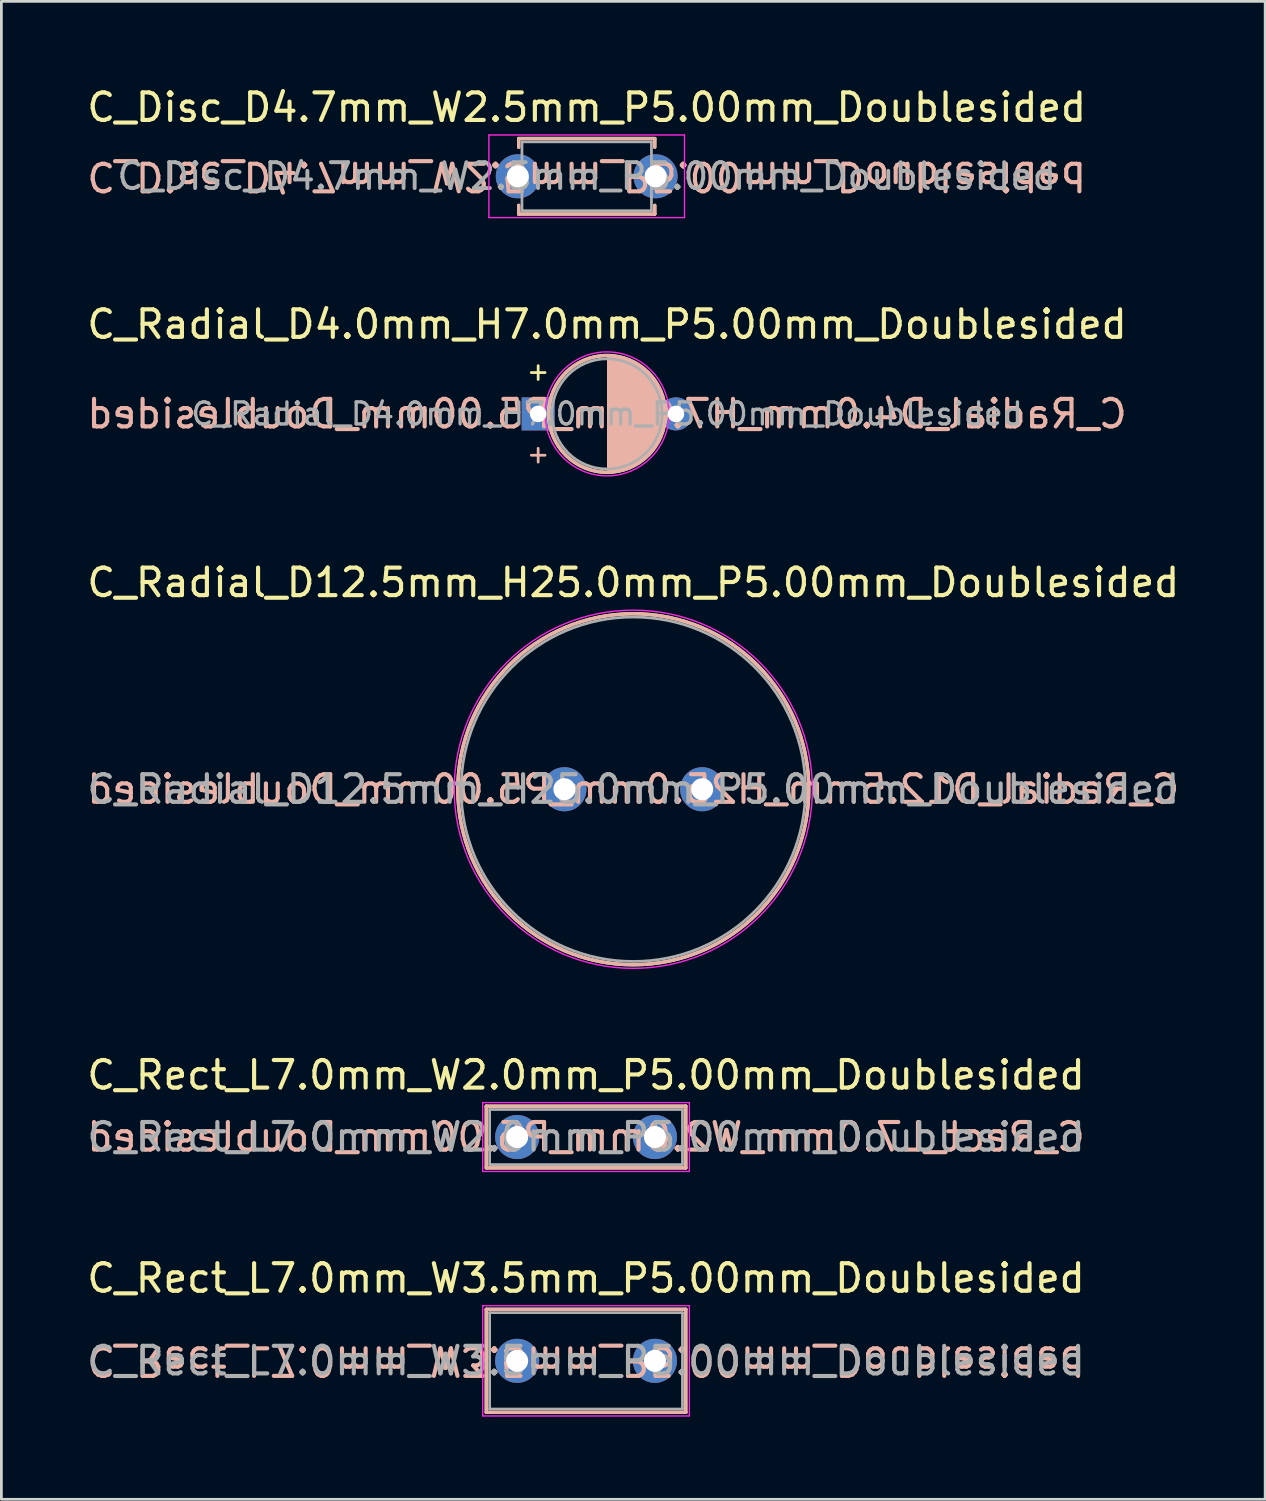
<source format=kicad_pcb>
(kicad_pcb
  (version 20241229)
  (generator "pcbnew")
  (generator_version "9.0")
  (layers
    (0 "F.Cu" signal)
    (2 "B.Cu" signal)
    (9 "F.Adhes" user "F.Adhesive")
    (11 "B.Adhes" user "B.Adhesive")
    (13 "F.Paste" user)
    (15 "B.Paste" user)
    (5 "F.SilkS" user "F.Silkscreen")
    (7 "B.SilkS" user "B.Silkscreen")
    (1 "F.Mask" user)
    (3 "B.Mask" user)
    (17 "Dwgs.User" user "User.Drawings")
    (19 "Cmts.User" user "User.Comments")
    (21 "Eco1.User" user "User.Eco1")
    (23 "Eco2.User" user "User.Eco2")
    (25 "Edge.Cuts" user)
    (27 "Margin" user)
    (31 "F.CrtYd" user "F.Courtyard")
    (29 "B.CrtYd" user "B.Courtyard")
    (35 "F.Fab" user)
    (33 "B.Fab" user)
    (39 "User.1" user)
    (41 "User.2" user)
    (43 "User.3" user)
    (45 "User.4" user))
  (footprint "C_Rect_L7.0mm_W2.0mm_P5.00mm_Doublesided"
    (layer "F.Cu")
    (at 15.72 38.218)
    (property "Reference" "C_Rect_L7.0mm_W2.0mm_P5.00mm_Doublesided" (at 2.5 -2.25 0) (layer "F.SilkS") (effects (font (size 1 1) (thickness 0.15))))
    (attr through_hole)
    (fp_line (start -1.12 -1.12) (end -1.12 1.12) (stroke (width 0.12) (type solid)) (layer "F.SilkS"))
    (fp_line (start -1.12 -1.12) (end 6.12 -1.12) (stroke (width 0.12) (type solid)) (layer "F.SilkS"))
    (fp_line (start -1.12 1.12) (end 6.12 1.12) (stroke (width 0.12) (type solid)) (layer "F.SilkS"))
    (fp_line (start 6.12 -1.12) (end 6.12 1.12) (stroke (width 0.12) (type solid)) (layer "F.SilkS"))
    (fp_line (start -1.12 -1.12) (end -1.12 1.12) (stroke (width 0.12) (type solid)) (layer "B.SilkS"))
    (fp_line (start 6.12 -1.12) (end -1.12 -1.12) (stroke (width 0.12) (type solid)) (layer "B.SilkS"))
    (fp_line (start 6.12 -1.12) (end 6.12 1.12) (stroke (width 0.12) (type solid)) (layer "B.SilkS"))
    (fp_line (start 6.12 1.12) (end -1.12 1.12) (stroke (width 0.12) (type solid)) (layer "B.SilkS"))
    (fp_line (start -1.25 -1.25) (end -1.25 1.25) (stroke (width 0.05) (type solid)) (layer "F.CrtYd"))
    (fp_line (start -1.25 1.25) (end 6.25 1.25) (stroke (width 0.05) (type solid)) (layer "F.CrtYd"))
    (fp_line (start 6.25 -1.25) (end -1.25 -1.25) (stroke (width 0.05) (type solid)) (layer "F.CrtYd"))
    (fp_line (start 6.25 1.25) (end 6.25 -1.25) (stroke (width 0.05) (type solid)) (layer "F.CrtYd"))
    (fp_line (start -1 -1) (end -1 1) (stroke (width 0.1) (type solid)) (layer "F.Fab"))
    (fp_line (start -1 1) (end 6 1) (stroke (width 0.1) (type solid)) (layer "F.Fab"))
    (fp_line (start 6 -1) (end -1 -1) (stroke (width 0.1) (type solid)) (layer "F.Fab"))
    (fp_line (start 6 1) (end 6 -1) (stroke (width 0.1) (type solid)) (layer "F.Fab"))
    (fp_text user "${REFERENCE}" (at 2.5 0 0) (unlocked yes) (layer "B.SilkS") (effects (font (size 1 1) (thickness 0.15)) (justify mirror)))
    (fp_text user "${REFERENCE}" (at 2.5 0 0) (layer "F.Fab") (effects (font (size 1 1) (thickness 0.15))))
    (pad "1" thru_hole circle (at 0 0) (size 1.6 1.6) (drill 0.8) (layers "*.Cu" "*.Mask"))
    (pad "2" thru_hole circle (at 5 0) (size 1.6 1.6) (drill 0.8) (layers "*.Cu" "*.Mask")))
  (footprint "C_Disc_D4.7mm_W2.5mm_P5.00mm_Doublesided"
    (layer "F.Cu")
    (at 15.744 3.348)
    (property "Reference" "C_Disc_D4.7mm_W2.5mm_P5.00mm_Doublesided" (at 2.5 -2.5 0) (layer "F.SilkS") (effects (font (size 1 1) (thickness 0.15))))
    (attr through_hole)
    (fp_line (start 0.03 -1.37) (end 0.03 -1.055) (stroke (width 0.12) (type solid)) (layer "F.SilkS"))
    (fp_line (start 0.03 -1.37) (end 4.97 -1.37) (stroke (width 0.12) (type solid)) (layer "F.SilkS"))
    (fp_line (start 0.03 1.055) (end 0.03 1.37) (stroke (width 0.12) (type solid)) (layer "F.SilkS"))
    (fp_line (start 0.03 1.37) (end 4.97 1.37) (stroke (width 0.12) (type solid)) (layer "F.SilkS"))
    (fp_line (start 4.97 -1.37) (end 4.97 -1.055) (stroke (width 0.12) (type solid)) (layer "F.SilkS"))
    (fp_line (start 4.97 1.055) (end 4.97 1.37) (stroke (width 0.12) (type solid)) (layer "F.SilkS"))
    (fp_line (start 0.03 -1.37) (end 4.97 -1.37) (stroke (width 0.12) (type solid)) (layer "B.SilkS"))
    (fp_line (start 0.03 -1.055) (end 0.03 -1.37) (stroke (width 0.12) (type solid)) (layer "B.SilkS"))
    (fp_line (start 0.03 1.37) (end 0.03 1.055) (stroke (width 0.12) (type solid)) (layer "B.SilkS"))
    (fp_line (start 0.03 1.37) (end 4.97 1.37) (stroke (width 0.12) (type solid)) (layer "B.SilkS"))
    (fp_line (start 4.97 -1.055) (end 4.97 -1.37) (stroke (width 0.12) (type solid)) (layer "B.SilkS"))
    (fp_line (start 4.97 1.37) (end 4.97 1.055) (stroke (width 0.12) (type solid)) (layer "B.SilkS"))
    (fp_line (start -1.05 -1.5) (end -1.05 1.5) (stroke (width 0.05) (type solid)) (layer "F.CrtYd"))
    (fp_line (start -1.05 1.5) (end 6.05 1.5) (stroke (width 0.05) (type solid)) (layer "F.CrtYd"))
    (fp_line (start 6.05 -1.5) (end -1.05 -1.5) (stroke (width 0.05) (type solid)) (layer "F.CrtYd"))
    (fp_line (start 6.05 1.5) (end 6.05 -1.5) (stroke (width 0.05) (type solid)) (layer "F.CrtYd"))
    (fp_line (start 0.15 -1.25) (end 0.15 1.25) (stroke (width 0.1) (type solid)) (layer "F.Fab"))
    (fp_line (start 0.15 1.25) (end 4.85 1.25) (stroke (width 0.1) (type solid)) (layer "F.Fab"))
    (fp_line (start 4.85 -1.25) (end 0.15 -1.25) (stroke (width 0.1) (type solid)) (layer "F.Fab"))
    (fp_line (start 4.85 1.25) (end 4.85 -1.25) (stroke (width 0.1) (type solid)) (layer "F.Fab"))
    (fp_text user "${REFERENCE}" (at 2.5 0 180) (unlocked yes) (layer "B.SilkS") (effects (font (size 1 1) (thickness 0.15)) (justify mirror)))
    (fp_text user "${REFERENCE}" (at 2.5 0 0) (layer "F.Fab") (effects (font (size 0.94 0.94) (thickness 0.141))))
    (pad "1" thru_hole circle (at 0 0) (size 1.6 1.6) (drill 0.8) (layers "*.Cu" "*.Mask"))
    (pad "2" thru_hole circle (at 5 0) (size 1.6 1.6) (drill 0.8) (layers "*.Cu" "*.Mask")))
  (footprint "C_Radial_D4.0mm_H7.0mm_P5.00mm_Doublesided"
    (layer "F.Cu")
    (at 18.232 11.972)
    (property "Reference" "C_Radial_D4.0mm_H7.0mm_P5.00mm_Doublesided" (at 0.75 -3.25 0) (layer "F.SilkS") (effects (font (size 1 1) (thickness 0.15))))
    (attr through_hole)
    (fp_line (start -2 -1.5) (end -1.5 -1.5) (stroke (width 0.1) (type default)) (layer "F.SilkS"))
    (fp_line (start -1.75 -1.75) (end -1.75 -1.25) (stroke (width 0.1) (type default)) (layer "F.SilkS"))
    (fp_circle (center 0.75 0) (end 2.87 0) (stroke (width 0.12) (type solid)) (fill no) (layer "F.SilkS"))
    (fp_poly (pts (arc (start 0.75 -2.12) (mid 2.87 0) (end 0.75 2.12))) (stroke (width 0) (type solid)) (fill yes) (layer "F.SilkS"))
    (fp_line (start -2 1.5) (end -1.5 1.5) (stroke (width 0.1) (type default)) (layer "B.SilkS"))
    (fp_line (start -1.75 1.75) (end -1.75 1.25) (stroke (width 0.1) (type default)) (layer "B.SilkS"))
    (fp_circle (center 0.75 0) (end 2.87 0) (stroke (width 0.12) (type solid)) (fill no) (layer "B.SilkS"))
    (fp_poly (pts (arc (start 0.75 2.12) (mid 2.87 0) (end 0.75 -2.12))) (stroke (width 0) (type solid)) (fill yes) (layer "B.SilkS"))
    (fp_circle (center 0.75 0) (end 3 0) (stroke (width 0.05) (type solid)) (fill no) (layer "F.CrtYd"))
    (fp_circle (center 0.75 0) (end 2.75 0) (stroke (width 0.1) (type solid)) (fill no) (layer "F.Fab"))
    (fp_text user "${REFERENCE}" (at 0.75 0 0) (unlocked yes) (layer "B.SilkS") (effects (font (size 1 1) (thickness 0.15)) (justify mirror)))
    (fp_text user "${REFERENCE}" (at 0.75 0 0) (layer "F.Fab") (effects (font (size 0.8 0.8) (thickness 0.12))))
    (pad "1" thru_hole rect (at -1.75 0) (size 1.2 1.2) (drill 0.6) (layers "*.Cu" "*.Mask"))
    (pad "2" thru_hole circle (at 3.25 0) (size 1.2 1.2) (drill 0.6) (layers "*.Cu" "*.Mask")))
  (footprint "C_Radial_D12.5mm_H25.0mm_P5.00mm_Doublesided"
    (layer "F.Cu")
    (at 17.435 25.595)
    (property "Reference" "C_Radial_D12.5mm_H25.0mm_P5.00mm_Doublesided" (at 2.5 -7.5 0) (layer "F.SilkS") (effects (font (size 1 1) (thickness 0.15))))
    (attr through_hole)
    (fp_circle (center 2.5 0) (end 8.87 0) (stroke (width 0.12) (type solid)) (fill no) (layer "F.SilkS"))
    (fp_circle (center 2.5 0) (end -3.87 0) (stroke (width 0.12) (type solid)) (fill no) (layer "B.SilkS"))
    (fp_circle (center 2.5 0) (end 9 0) (stroke (width 0.05) (type solid)) (fill no) (layer "F.CrtYd"))
    (fp_circle (center 2.5 0) (end 8.75 0) (stroke (width 0.1) (type solid)) (fill no) (layer "F.Fab"))
    (fp_text user "${REFERENCE}" (at 2.5 0 0) (unlocked yes) (layer "B.SilkS") (effects (font (size 1 1) (thickness 0.15)) (justify mirror)))
    (fp_text user "${REFERENCE}" (at 2.5 0 0) (layer "F.Fab") (effects (font (size 1 1) (thickness 0.15))))
    (pad "1" thru_hole circle (at 0 0) (size 1.6 1.6) (drill 0.8) (layers "*.Cu" "*.Mask"))
    (pad "2" thru_hole circle (at 5 0) (size 1.6 1.6) (drill 0.8) (layers "*.Cu" "*.Mask")))
  (footprint "C_Rect_L7.0mm_W3.5mm_P5.00mm_Doublesided"
    (layer "F.Cu")
    (at 15.72 46.341)
    (property "Reference" "C_Rect_L7.0mm_W3.5mm_P5.00mm_Doublesided" (at 2.5 -3 0) (layer "F.SilkS") (effects (font (size 1 1) (thickness 0.15))))
    (attr through_hole)
    (fp_line (start -1.12 -1.87) (end -1.12 1.87) (stroke (width 0.12) (type solid)) (layer "F.SilkS"))
    (fp_line (start -1.12 -1.87) (end 6.12 -1.87) (stroke (width 0.12) (type solid)) (layer "F.SilkS"))
    (fp_line (start -1.12 1.87) (end 6.12 1.87) (stroke (width 0.12) (type solid)) (layer "F.SilkS"))
    (fp_line (start 6.12 -1.87) (end 6.12 1.87) (stroke (width 0.12) (type solid)) (layer "F.SilkS"))
    (fp_line (start -1.12 -1.87) (end 6.12 -1.87) (stroke (width 0.12) (type solid)) (layer "B.SilkS"))
    (fp_line (start -1.12 1.87) (end -1.12 -1.87) (stroke (width 0.12) (type solid)) (layer "B.SilkS"))
    (fp_line (start -1.12 1.87) (end 6.12 1.87) (stroke (width 0.12) (type solid)) (layer "B.SilkS"))
    (fp_line (start 6.12 1.87) (end 6.12 -1.87) (stroke (width 0.12) (type solid)) (layer "B.SilkS"))
    (fp_line (start -1.25 -2) (end -1.25 2) (stroke (width 0.05) (type solid)) (layer "F.CrtYd"))
    (fp_line (start -1.25 2) (end 6.25 2) (stroke (width 0.05) (type solid)) (layer "F.CrtYd"))
    (fp_line (start 6.25 -2) (end -1.25 -2) (stroke (width 0.05) (type solid)) (layer "F.CrtYd"))
    (fp_line (start 6.25 2) (end 6.25 -2) (stroke (width 0.05) (type solid)) (layer "F.CrtYd"))
    (fp_line (start -1 -1.75) (end -1 1.75) (stroke (width 0.1) (type solid)) (layer "F.Fab"))
    (fp_line (start -1 1.75) (end 6 1.75) (stroke (width 0.1) (type solid)) (layer "F.Fab"))
    (fp_line (start 6 -1.75) (end -1 -1.75) (stroke (width 0.1) (type solid)) (layer "F.Fab"))
    (fp_line (start 6 1.75) (end 6 -1.75) (stroke (width 0.1) (type solid)) (layer "F.Fab"))
    (fp_text user "${REFERENCE}" (at 2.5 0 180) (unlocked yes) (layer "B.SilkS") (effects (font (size 1 1) (thickness 0.15)) (justify mirror)))
    (fp_text user "${REFERENCE}" (at 2.5 0 0) (layer "F.Fab") (effects (font (size 1 1) (thickness 0.15))))
    (pad "1" thru_hole circle (at 0 0) (size 1.6 1.6) (drill 0.8) (layers "*.Cu" "*.Mask"))
    (pad "2" thru_hole circle (at 5 0) (size 1.6 1.6) (drill 0.8) (layers "*.Cu" "*.Mask")))
  (gr_rect
    (start -3 -3)
    (end 42.869 51.366)
    (stroke (width 0.1) (type default))
    (fill no)
    (layer "Edge.Cuts")))
</source>
